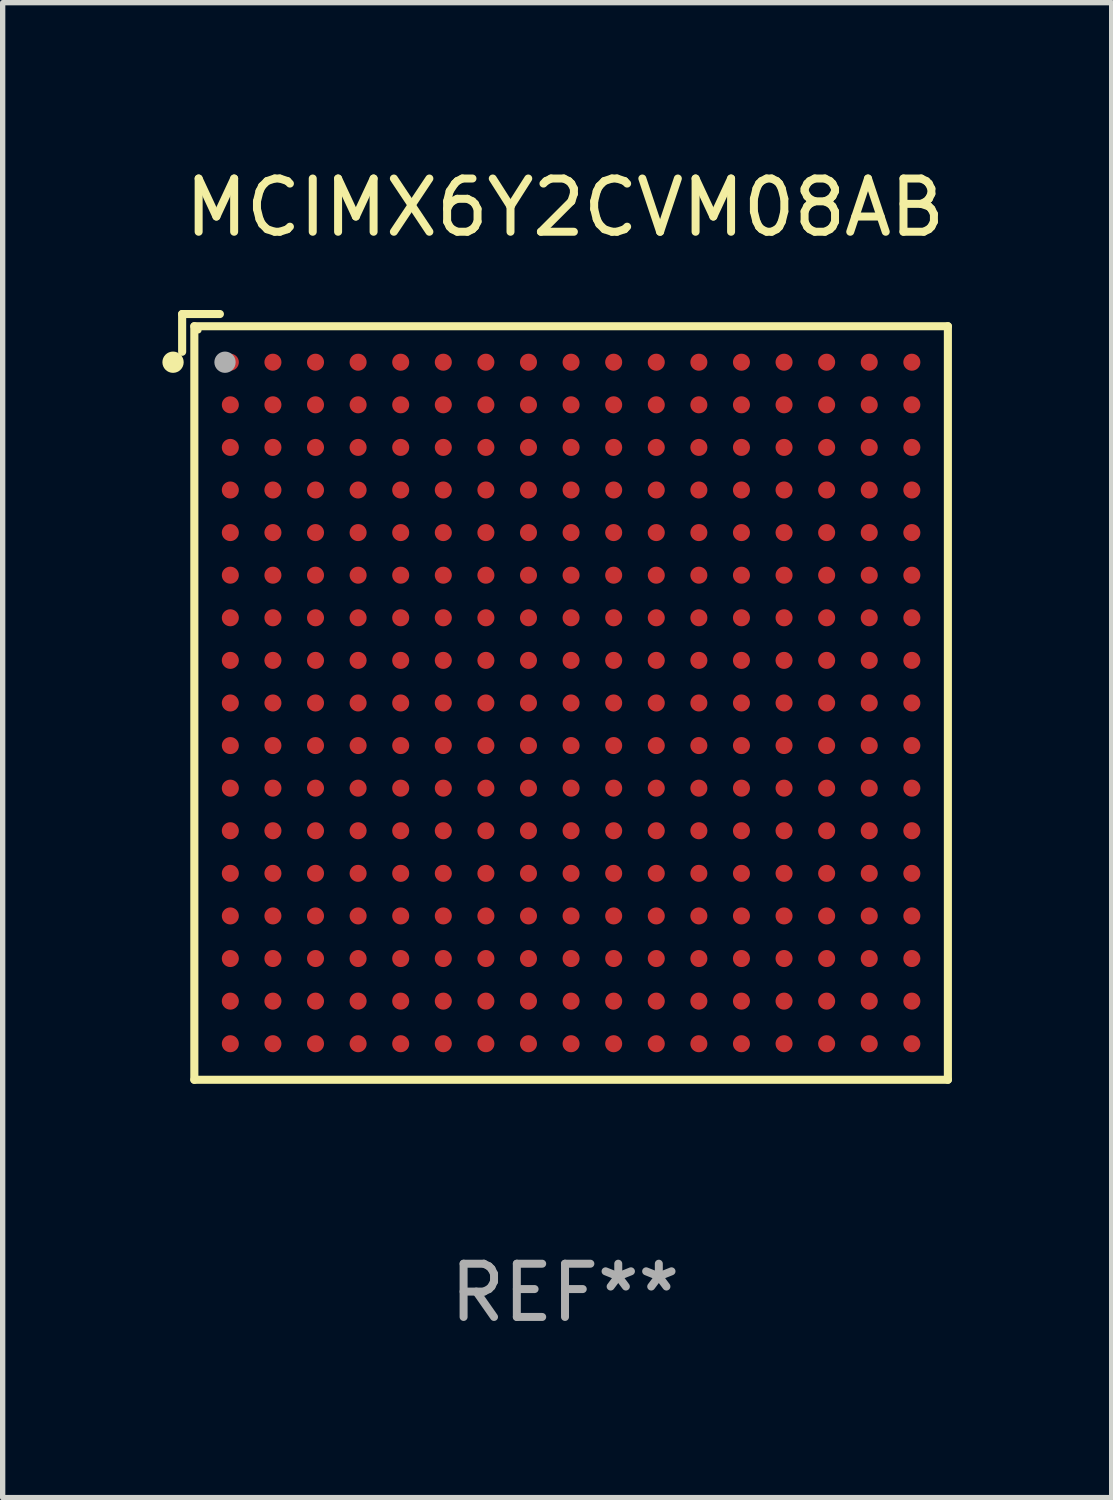
<source format=kicad_pcb>
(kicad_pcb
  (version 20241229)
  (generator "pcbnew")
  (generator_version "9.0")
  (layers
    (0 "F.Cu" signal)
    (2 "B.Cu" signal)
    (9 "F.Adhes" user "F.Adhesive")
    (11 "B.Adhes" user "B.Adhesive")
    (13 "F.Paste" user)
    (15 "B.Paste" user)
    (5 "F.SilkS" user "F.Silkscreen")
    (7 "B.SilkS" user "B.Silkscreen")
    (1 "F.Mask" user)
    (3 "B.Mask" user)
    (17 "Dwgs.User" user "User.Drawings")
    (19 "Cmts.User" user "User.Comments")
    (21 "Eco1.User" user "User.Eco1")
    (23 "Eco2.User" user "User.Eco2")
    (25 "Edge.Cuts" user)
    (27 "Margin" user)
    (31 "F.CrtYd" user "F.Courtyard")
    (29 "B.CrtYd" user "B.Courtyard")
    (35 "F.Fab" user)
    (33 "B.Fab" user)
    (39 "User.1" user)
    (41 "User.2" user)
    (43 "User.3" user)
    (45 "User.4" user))
  (footprint "MCIMX6Y2CVM08AB"
    (layer "F.Cu")
    (at 7.562 10.039)
    (property "Reference" "MCIMX6Y2CVM08AB" (at 0 -9.191 0) (layer "F.SilkS") (effects (font (size 1 1) (thickness 0.15))))
    (attr through_hole)
    (fp_line (start -7.191 -7.191) (end -7.191 -6.482) (stroke (width 0.152) (type solid)) (layer "F.SilkS"))
    (fp_line (start -6.962 -6.962) (end 7.191 -6.962) (stroke (width 0.152) (type solid)) (layer "F.SilkS"))
    (fp_line (start -6.962 7.191) (end -6.962 -6.962) (stroke (width 0.152) (type solid)) (layer "F.SilkS"))
    (fp_line (start -6.482 -7.191) (end -7.191 -7.191) (stroke (width 0.152) (type solid)) (layer "F.SilkS"))
    (fp_line (start 7.191 -6.962) (end 7.191 7.191) (stroke (width 0.152) (type solid)) (layer "F.SilkS"))
    (fp_line (start 7.191 7.191) (end -6.962 7.191) (stroke (width 0.152) (type solid)) (layer "F.SilkS"))
    (fp_circle (center -7.362 -6.286) (end -7.262 -6.286) (stroke (width 0.2) (type solid)) (fill no) (layer "F.SilkS"))
    (fp_circle (center -6.886 -6.886) (end -6.856 -6.886) (stroke (width 0.06) (type solid)) (fill no) (layer "F.SilkS"))
    (fp_circle (center -6.386 -6.286) (end -6.286 -6.286) (stroke (width 0.2) (type solid)) (fill no) (layer "F.Fab"))
    (fp_text user "REF**" (at 0 11.191 0) (layer "F.Fab") (effects (font (size 1 1) (thickness 0.15))))
    (pad "A1" smd circle (at -6.286 -6.286) (size 0.32 0.32) (layers "F.Cu" "F.Mask" "F.Paste"))
    (pad "A2" smd circle (at -5.486 -6.286) (size 0.32 0.32) (layers "F.Cu" "F.Mask" "F.Paste"))
    (pad "A3" smd circle (at -4.686 -6.286) (size 0.32 0.32) (layers "F.Cu" "F.Mask" "F.Paste"))
    (pad "A4" smd circle (at -3.886 -6.286) (size 0.32 0.32) (layers "F.Cu" "F.Mask" "F.Paste"))
    (pad "A5" smd circle (at -3.086 -6.286) (size 0.32 0.32) (layers "F.Cu" "F.Mask" "F.Paste"))
    (pad "A6" smd circle (at -2.286 -6.286) (size 0.32 0.32) (layers "F.Cu" "F.Mask" "F.Paste"))
    (pad "A7" smd circle (at -1.486 -6.286) (size 0.32 0.32) (layers "F.Cu" "F.Mask" "F.Paste"))
    (pad "A8" smd circle (at -0.686 -6.286) (size 0.32 0.32) (layers "F.Cu" "F.Mask" "F.Paste"))
    (pad "A9" smd circle (at 0.114 -6.286) (size 0.32 0.32) (layers "F.Cu" "F.Mask" "F.Paste"))
    (pad "A10" smd circle (at 0.914 -6.286) (size 0.32 0.32) (layers "F.Cu" "F.Mask" "F.Paste"))
    (pad "A11" smd circle (at 1.714 -6.286) (size 0.32 0.32) (layers "F.Cu" "F.Mask" "F.Paste"))
    (pad "A12" smd circle (at 2.514 -6.286) (size 0.32 0.32) (layers "F.Cu" "F.Mask" "F.Paste"))
    (pad "A13" smd circle (at 3.314 -6.286) (size 0.32 0.32) (layers "F.Cu" "F.Mask" "F.Paste"))
    (pad "A14" smd circle (at 4.114 -6.286) (size 0.32 0.32) (layers "F.Cu" "F.Mask" "F.Paste"))
    (pad "A15" smd circle (at 4.914 -6.286) (size 0.32 0.32) (layers "F.Cu" "F.Mask" "F.Paste"))
    (pad "A16" smd circle (at 5.714 -6.286) (size 0.32 0.32) (layers "F.Cu" "F.Mask" "F.Paste"))
    (pad "A17" smd circle (at 6.514 -6.286) (size 0.32 0.32) (layers "F.Cu" "F.Mask" "F.Paste"))
    (pad "B1" smd circle (at -6.286 -5.486) (size 0.32 0.32) (layers "F.Cu" "F.Mask" "F.Paste"))
    (pad "B2" smd circle (at -5.486 -5.486) (size 0.32 0.32) (layers "F.Cu" "F.Mask" "F.Paste"))
    (pad "B3" smd circle (at -4.686 -5.486) (size 0.32 0.32) (layers "F.Cu" "F.Mask" "F.Paste"))
    (pad "B4" smd circle (at -3.886 -5.486) (size 0.32 0.32) (layers "F.Cu" "F.Mask" "F.Paste"))
    (pad "B5" smd circle (at -3.086 -5.486) (size 0.32 0.32) (layers "F.Cu" "F.Mask" "F.Paste"))
    (pad "B6" smd circle (at -2.286 -5.486) (size 0.32 0.32) (layers "F.Cu" "F.Mask" "F.Paste"))
    (pad "B7" smd circle (at -1.486 -5.486) (size 0.32 0.32) (layers "F.Cu" "F.Mask" "F.Paste"))
    (pad "B8" smd circle (at -0.686 -5.486) (size 0.32 0.32) (layers "F.Cu" "F.Mask" "F.Paste"))
    (pad "B9" smd circle (at 0.114 -5.486) (size 0.32 0.32) (layers "F.Cu" "F.Mask" "F.Paste"))
    (pad "B10" smd circle (at 0.914 -5.486) (size 0.32 0.32) (layers "F.Cu" "F.Mask" "F.Paste"))
    (pad "B11" smd circle (at 1.714 -5.486) (size 0.32 0.32) (layers "F.Cu" "F.Mask" "F.Paste"))
    (pad "B12" smd circle (at 2.514 -5.486) (size 0.32 0.32) (layers "F.Cu" "F.Mask" "F.Paste"))
    (pad "B13" smd circle (at 3.314 -5.486) (size 0.32 0.32) (layers "F.Cu" "F.Mask" "F.Paste"))
    (pad "B14" smd circle (at 4.114 -5.486) (size 0.32 0.32) (layers "F.Cu" "F.Mask" "F.Paste"))
    (pad "B15" smd circle (at 4.914 -5.486) (size 0.32 0.32) (layers "F.Cu" "F.Mask" "F.Paste"))
    (pad "B16" smd circle (at 5.714 -5.486) (size 0.32 0.32) (layers "F.Cu" "F.Mask" "F.Paste"))
    (pad "B17" smd circle (at 6.514 -5.486) (size 0.32 0.32) (layers "F.Cu" "F.Mask" "F.Paste"))
    (pad "C1" smd circle (at -6.286 -4.686) (size 0.32 0.32) (layers "F.Cu" "F.Mask" "F.Paste"))
    (pad "C2" smd circle (at -5.486 -4.686) (size 0.32 0.32) (layers "F.Cu" "F.Mask" "F.Paste"))
    (pad "C3" smd circle (at -4.686 -4.686) (size 0.32 0.32) (layers "F.Cu" "F.Mask" "F.Paste"))
    (pad "C4" smd circle (at -3.886 -4.686) (size 0.32 0.32) (layers "F.Cu" "F.Mask" "F.Paste"))
    (pad "C5" smd circle (at -3.086 -4.686) (size 0.32 0.32) (layers "F.Cu" "F.Mask" "F.Paste"))
    (pad "C6" smd circle (at -2.286 -4.686) (size 0.32 0.32) (layers "F.Cu" "F.Mask" "F.Paste"))
    (pad "C7" smd circle (at -1.486 -4.686) (size 0.32 0.32) (layers "F.Cu" "F.Mask" "F.Paste"))
    (pad "C8" smd circle (at -0.686 -4.686) (size 0.32 0.32) (layers "F.Cu" "F.Mask" "F.Paste"))
    (pad "C9" smd circle (at 0.114 -4.686) (size 0.32 0.32) (layers "F.Cu" "F.Mask" "F.Paste"))
    (pad "C10" smd circle (at 0.914 -4.686) (size 0.32 0.32) (layers "F.Cu" "F.Mask" "F.Paste"))
    (pad "C11" smd circle (at 1.714 -4.686) (size 0.32 0.32) (layers "F.Cu" "F.Mask" "F.Paste"))
    (pad "C12" smd circle (at 2.514 -4.686) (size 0.32 0.32) (layers "F.Cu" "F.Mask" "F.Paste"))
    (pad "C13" smd circle (at 3.314 -4.686) (size 0.32 0.32) (layers "F.Cu" "F.Mask" "F.Paste"))
    (pad "C14" smd circle (at 4.114 -4.686) (size 0.32 0.32) (layers "F.Cu" "F.Mask" "F.Paste"))
    (pad "C15" smd circle (at 4.914 -4.686) (size 0.32 0.32) (layers "F.Cu" "F.Mask" "F.Paste"))
    (pad "C16" smd circle (at 5.714 -4.686) (size 0.32 0.32) (layers "F.Cu" "F.Mask" "F.Paste"))
    (pad "C17" smd circle (at 6.514 -4.686) (size 0.32 0.32) (layers "F.Cu" "F.Mask" "F.Paste"))
    (pad "D1" smd circle (at -6.286 -3.886) (size 0.32 0.32) (layers "F.Cu" "F.Mask" "F.Paste"))
    (pad "D2" smd circle (at -5.486 -3.886) (size 0.32 0.32) (layers "F.Cu" "F.Mask" "F.Paste"))
    (pad "D3" smd circle (at -4.686 -3.886) (size 0.32 0.32) (layers "F.Cu" "F.Mask" "F.Paste"))
    (pad "D4" smd circle (at -3.886 -3.886) (size 0.32 0.32) (layers "F.Cu" "F.Mask" "F.Paste"))
    (pad "D5" smd circle (at -3.086 -3.886) (size 0.32 0.32) (layers "F.Cu" "F.Mask" "F.Paste"))
    (pad "D6" smd circle (at -2.286 -3.886) (size 0.32 0.32) (layers "F.Cu" "F.Mask" "F.Paste"))
    (pad "D7" smd circle (at -1.486 -3.886) (size 0.32 0.32) (layers "F.Cu" "F.Mask" "F.Paste"))
    (pad "D8" smd circle (at -0.686 -3.886) (size 0.32 0.32) (layers "F.Cu" "F.Mask" "F.Paste"))
    (pad "D9" smd circle (at 0.114 -3.886) (size 0.32 0.32) (layers "F.Cu" "F.Mask" "F.Paste"))
    (pad "D10" smd circle (at 0.914 -3.886) (size 0.32 0.32) (layers "F.Cu" "F.Mask" "F.Paste"))
    (pad "D11" smd circle (at 1.714 -3.886) (size 0.32 0.32) (layers "F.Cu" "F.Mask" "F.Paste"))
    (pad "D12" smd circle (at 2.514 -3.886) (size 0.32 0.32) (layers "F.Cu" "F.Mask" "F.Paste"))
    (pad "D13" smd circle (at 3.314 -3.886) (size 0.32 0.32) (layers "F.Cu" "F.Mask" "F.Paste"))
    (pad "D14" smd circle (at 4.114 -3.886) (size 0.32 0.32) (layers "F.Cu" "F.Mask" "F.Paste"))
    (pad "D15" smd circle (at 4.914 -3.886) (size 0.32 0.32) (layers "F.Cu" "F.Mask" "F.Paste"))
    (pad "D16" smd circle (at 5.714 -3.886) (size 0.32 0.32) (layers "F.Cu" "F.Mask" "F.Paste"))
    (pad "D17" smd circle (at 6.514 -3.886) (size 0.32 0.32) (layers "F.Cu" "F.Mask" "F.Paste"))
    (pad "E1" smd circle (at -6.286 -3.086) (size 0.32 0.32) (layers "F.Cu" "F.Mask" "F.Paste"))
    (pad "E2" smd circle (at -5.486 -3.086) (size 0.32 0.32) (layers "F.Cu" "F.Mask" "F.Paste"))
    (pad "E3" smd circle (at -4.686 -3.086) (size 0.32 0.32) (layers "F.Cu" "F.Mask" "F.Paste"))
    (pad "E4" smd circle (at -3.886 -3.086) (size 0.32 0.32) (layers "F.Cu" "F.Mask" "F.Paste"))
    (pad "E5" smd circle (at -3.086 -3.086) (size 0.32 0.32) (layers "F.Cu" "F.Mask" "F.Paste"))
    (pad "E6" smd circle (at -2.286 -3.086) (size 0.32 0.32) (layers "F.Cu" "F.Mask" "F.Paste"))
    (pad "E7" smd circle (at -1.486 -3.086) (size 0.32 0.32) (layers "F.Cu" "F.Mask" "F.Paste"))
    (pad "E8" smd circle (at -0.686 -3.086) (size 0.32 0.32) (layers "F.Cu" "F.Mask" "F.Paste"))
    (pad "E9" smd circle (at 0.114 -3.086) (size 0.32 0.32) (layers "F.Cu" "F.Mask" "F.Paste"))
    (pad "E10" smd circle (at 0.914 -3.086) (size 0.32 0.32) (layers "F.Cu" "F.Mask" "F.Paste"))
    (pad "E11" smd circle (at 1.714 -3.086) (size 0.32 0.32) (layers "F.Cu" "F.Mask" "F.Paste"))
    (pad "E12" smd circle (at 2.514 -3.086) (size 0.32 0.32) (layers "F.Cu" "F.Mask" "F.Paste"))
    (pad "E13" smd circle (at 3.314 -3.086) (size 0.32 0.32) (layers "F.Cu" "F.Mask" "F.Paste"))
    (pad "E14" smd circle (at 4.114 -3.086) (size 0.32 0.32) (layers "F.Cu" "F.Mask" "F.Paste"))
    (pad "E15" smd circle (at 4.914 -3.086) (size 0.32 0.32) (layers "F.Cu" "F.Mask" "F.Paste"))
    (pad "E16" smd circle (at 5.714 -3.086) (size 0.32 0.32) (layers "F.Cu" "F.Mask" "F.Paste"))
    (pad "E17" smd circle (at 6.514 -3.086) (size 0.32 0.32) (layers "F.Cu" "F.Mask" "F.Paste"))
    (pad "F1" smd circle (at -6.286 -2.286) (size 0.32 0.32) (layers "F.Cu" "F.Mask" "F.Paste"))
    (pad "F2" smd circle (at -5.486 -2.286) (size 0.32 0.32) (layers "F.Cu" "F.Mask" "F.Paste"))
    (pad "F3" smd circle (at -4.686 -2.286) (size 0.32 0.32) (layers "F.Cu" "F.Mask" "F.Paste"))
    (pad "F4" smd circle (at -3.886 -2.286) (size 0.32 0.32) (layers "F.Cu" "F.Mask" "F.Paste"))
    (pad "F5" smd circle (at -3.086 -2.286) (size 0.32 0.32) (layers "F.Cu" "F.Mask" "F.Paste"))
    (pad "F6" smd circle (at -2.286 -2.286) (size 0.32 0.32) (layers "F.Cu" "F.Mask" "F.Paste"))
    (pad "F7" smd circle (at -1.486 -2.286) (size 0.32 0.32) (layers "F.Cu" "F.Mask" "F.Paste"))
    (pad "F8" smd circle (at -0.686 -2.286) (size 0.32 0.32) (layers "F.Cu" "F.Mask" "F.Paste"))
    (pad "F9" smd circle (at 0.114 -2.286) (size 0.32 0.32) (layers "F.Cu" "F.Mask" "F.Paste"))
    (pad "F10" smd circle (at 0.914 -2.286) (size 0.32 0.32) (layers "F.Cu" "F.Mask" "F.Paste"))
    (pad "F11" smd circle (at 1.714 -2.286) (size 0.32 0.32) (layers "F.Cu" "F.Mask" "F.Paste"))
    (pad "F12" smd circle (at 2.514 -2.286) (size 0.32 0.32) (layers "F.Cu" "F.Mask" "F.Paste"))
    (pad "F13" smd circle (at 3.314 -2.286) (size 0.32 0.32) (layers "F.Cu" "F.Mask" "F.Paste"))
    (pad "F14" smd circle (at 4.114 -2.286) (size 0.32 0.32) (layers "F.Cu" "F.Mask" "F.Paste"))
    (pad "F15" smd circle (at 4.914 -2.286) (size 0.32 0.32) (layers "F.Cu" "F.Mask" "F.Paste"))
    (pad "F16" smd circle (at 5.714 -2.286) (size 0.32 0.32) (layers "F.Cu" "F.Mask" "F.Paste"))
    (pad "F17" smd circle (at 6.514 -2.286) (size 0.32 0.32) (layers "F.Cu" "F.Mask" "F.Paste"))
    (pad "G1" smd circle (at -6.286 -1.486) (size 0.32 0.32) (layers "F.Cu" "F.Mask" "F.Paste"))
    (pad "G2" smd circle (at -5.486 -1.486) (size 0.32 0.32) (layers "F.Cu" "F.Mask" "F.Paste"))
    (pad "G3" smd circle (at -4.686 -1.486) (size 0.32 0.32) (layers "F.Cu" "F.Mask" "F.Paste"))
    (pad "G4" smd circle (at -3.886 -1.486) (size 0.32 0.32) (layers "F.Cu" "F.Mask" "F.Paste"))
    (pad "G5" smd circle (at -3.086 -1.486) (size 0.32 0.32) (layers "F.Cu" "F.Mask" "F.Paste"))
    (pad "G6" smd circle (at -2.286 -1.486) (size 0.32 0.32) (layers "F.Cu" "F.Mask" "F.Paste"))
    (pad "G7" smd circle (at -1.486 -1.486) (size 0.32 0.32) (layers "F.Cu" "F.Mask" "F.Paste"))
    (pad "G8" smd circle (at -0.686 -1.486) (size 0.32 0.32) (layers "F.Cu" "F.Mask" "F.Paste"))
    (pad "G9" smd circle (at 0.114 -1.486) (size 0.32 0.32) (layers "F.Cu" "F.Mask" "F.Paste"))
    (pad "G10" smd circle (at 0.914 -1.486) (size 0.32 0.32) (layers "F.Cu" "F.Mask" "F.Paste"))
    (pad "G11" smd circle (at 1.714 -1.486) (size 0.32 0.32) (layers "F.Cu" "F.Mask" "F.Paste"))
    (pad "G12" smd circle (at 2.514 -1.486) (size 0.32 0.32) (layers "F.Cu" "F.Mask" "F.Paste"))
    (pad "G13" smd circle (at 3.314 -1.486) (size 0.32 0.32) (layers "F.Cu" "F.Mask" "F.Paste"))
    (pad "G14" smd circle (at 4.114 -1.486) (size 0.32 0.32) (layers "F.Cu" "F.Mask" "F.Paste"))
    (pad "G15" smd circle (at 4.914 -1.486) (size 0.32 0.32) (layers "F.Cu" "F.Mask" "F.Paste"))
    (pad "G16" smd circle (at 5.714 -1.486) (size 0.32 0.32) (layers "F.Cu" "F.Mask" "F.Paste"))
    (pad "G17" smd circle (at 6.514 -1.486) (size 0.32 0.32) (layers "F.Cu" "F.Mask" "F.Paste"))
    (pad "H1" smd circle (at -6.286 -0.686) (size 0.32 0.32) (layers "F.Cu" "F.Mask" "F.Paste"))
    (pad "H2" smd circle (at -5.486 -0.686) (size 0.32 0.32) (layers "F.Cu" "F.Mask" "F.Paste"))
    (pad "H3" smd circle (at -4.686 -0.686) (size 0.32 0.32) (layers "F.Cu" "F.Mask" "F.Paste"))
    (pad "H4" smd circle (at -3.886 -0.686) (size 0.32 0.32) (layers "F.Cu" "F.Mask" "F.Paste"))
    (pad "H5" smd circle (at -3.086 -0.686) (size 0.32 0.32) (layers "F.Cu" "F.Mask" "F.Paste"))
    (pad "H6" smd circle (at -2.286 -0.686) (size 0.32 0.32) (layers "F.Cu" "F.Mask" "F.Paste"))
    (pad "H7" smd circle (at -1.486 -0.686) (size 0.32 0.32) (layers "F.Cu" "F.Mask" "F.Paste"))
    (pad "H8" smd circle (at -0.686 -0.686) (size 0.32 0.32) (layers "F.Cu" "F.Mask" "F.Paste"))
    (pad "H9" smd circle (at 0.114 -0.686) (size 0.32 0.32) (layers "F.Cu" "F.Mask" "F.Paste"))
    (pad "H10" smd circle (at 0.914 -0.686) (size 0.32 0.32) (layers "F.Cu" "F.Mask" "F.Paste"))
    (pad "H11" smd circle (at 1.714 -0.686) (size 0.32 0.32) (layers "F.Cu" "F.Mask" "F.Paste"))
    (pad "H12" smd circle (at 2.514 -0.686) (size 0.32 0.32) (layers "F.Cu" "F.Mask" "F.Paste"))
    (pad "H13" smd circle (at 3.314 -0.686) (size 0.32 0.32) (layers "F.Cu" "F.Mask" "F.Paste"))
    (pad "H14" smd circle (at 4.114 -0.686) (size 0.32 0.32) (layers "F.Cu" "F.Mask" "F.Paste"))
    (pad "H15" smd circle (at 4.914 -0.686) (size 0.32 0.32) (layers "F.Cu" "F.Mask" "F.Paste"))
    (pad "H16" smd circle (at 5.714 -0.686) (size 0.32 0.32) (layers "F.Cu" "F.Mask" "F.Paste"))
    (pad "H17" smd circle (at 6.514 -0.686) (size 0.32 0.32) (layers "F.Cu" "F.Mask" "F.Paste"))
    (pad "J1" smd circle (at -6.286 0.114) (size 0.32 0.32) (layers "F.Cu" "F.Mask" "F.Paste"))
    (pad "J2" smd circle (at -5.486 0.114) (size 0.32 0.32) (layers "F.Cu" "F.Mask" "F.Paste"))
    (pad "J3" smd circle (at -4.686 0.114) (size 0.32 0.32) (layers "F.Cu" "F.Mask" "F.Paste"))
    (pad "J4" smd circle (at -3.886 0.114) (size 0.32 0.32) (layers "F.Cu" "F.Mask" "F.Paste"))
    (pad "J5" smd circle (at -3.086 0.114) (size 0.32 0.32) (layers "F.Cu" "F.Mask" "F.Paste"))
    (pad "J6" smd circle (at -2.286 0.114) (size 0.32 0.32) (layers "F.Cu" "F.Mask" "F.Paste"))
    (pad "J7" smd circle (at -1.486 0.114) (size 0.32 0.32) (layers "F.Cu" "F.Mask" "F.Paste"))
    (pad "J8" smd circle (at -0.686 0.114) (size 0.32 0.32) (layers "F.Cu" "F.Mask" "F.Paste"))
    (pad "J9" smd circle (at 0.114 0.114) (size 0.32 0.32) (layers "F.Cu" "F.Mask" "F.Paste"))
    (pad "J10" smd circle (at 0.914 0.114) (size 0.32 0.32) (layers "F.Cu" "F.Mask" "F.Paste"))
    (pad "J11" smd circle (at 1.714 0.114) (size 0.32 0.32) (layers "F.Cu" "F.Mask" "F.Paste"))
    (pad "J12" smd circle (at 2.514 0.114) (size 0.32 0.32) (layers "F.Cu" "F.Mask" "F.Paste"))
    (pad "J13" smd circle (at 3.314 0.114) (size 0.32 0.32) (layers "F.Cu" "F.Mask" "F.Paste"))
    (pad "J14" smd circle (at 4.114 0.114) (size 0.32 0.32) (layers "F.Cu" "F.Mask" "F.Paste"))
    (pad "J15" smd circle (at 4.914 0.114) (size 0.32 0.32) (layers "F.Cu" "F.Mask" "F.Paste"))
    (pad "J16" smd circle (at 5.714 0.114) (size 0.32 0.32) (layers "F.Cu" "F.Mask" "F.Paste"))
    (pad "J17" smd circle (at 6.514 0.114) (size 0.32 0.32) (layers "F.Cu" "F.Mask" "F.Paste"))
    (pad "K1" smd circle (at -6.286 0.914) (size 0.32 0.32) (layers "F.Cu" "F.Mask" "F.Paste"))
    (pad "K2" smd circle (at -5.486 0.914) (size 0.32 0.32) (layers "F.Cu" "F.Mask" "F.Paste"))
    (pad "K3" smd circle (at -4.686 0.914) (size 0.32 0.32) (layers "F.Cu" "F.Mask" "F.Paste"))
    (pad "K4" smd circle (at -3.886 0.914) (size 0.32 0.32) (layers "F.Cu" "F.Mask" "F.Paste"))
    (pad "K5" smd circle (at -3.086 0.914) (size 0.32 0.32) (layers "F.Cu" "F.Mask" "F.Paste"))
    (pad "K6" smd circle (at -2.286 0.914) (size 0.32 0.32) (layers "F.Cu" "F.Mask" "F.Paste"))
    (pad "K7" smd circle (at -1.486 0.914) (size 0.32 0.32) (layers "F.Cu" "F.Mask" "F.Paste"))
    (pad "K8" smd circle (at -0.686 0.914) (size 0.32 0.32) (layers "F.Cu" "F.Mask" "F.Paste"))
    (pad "K9" smd circle (at 0.114 0.914) (size 0.32 0.32) (layers "F.Cu" "F.Mask" "F.Paste"))
    (pad "K10" smd circle (at 0.914 0.914) (size 0.32 0.32) (layers "F.Cu" "F.Mask" "F.Paste"))
    (pad "K11" smd circle (at 1.714 0.914) (size 0.32 0.32) (layers "F.Cu" "F.Mask" "F.Paste"))
    (pad "K12" smd circle (at 2.514 0.914) (size 0.32 0.32) (layers "F.Cu" "F.Mask" "F.Paste"))
    (pad "K13" smd circle (at 3.314 0.914) (size 0.32 0.32) (layers "F.Cu" "F.Mask" "F.Paste"))
    (pad "K14" smd circle (at 4.114 0.914) (size 0.32 0.32) (layers "F.Cu" "F.Mask" "F.Paste"))
    (pad "K15" smd circle (at 4.914 0.914) (size 0.32 0.32) (layers "F.Cu" "F.Mask" "F.Paste"))
    (pad "K16" smd circle (at 5.714 0.914) (size 0.32 0.32) (layers "F.Cu" "F.Mask" "F.Paste"))
    (pad "K17" smd circle (at 6.514 0.914) (size 0.32 0.32) (layers "F.Cu" "F.Mask" "F.Paste"))
    (pad "L1" smd circle (at -6.286 1.714) (size 0.32 0.32) (layers "F.Cu" "F.Mask" "F.Paste"))
    (pad "L2" smd circle (at -5.486 1.714) (size 0.32 0.32) (layers "F.Cu" "F.Mask" "F.Paste"))
    (pad "L3" smd circle (at -4.686 1.714) (size 0.32 0.32) (layers "F.Cu" "F.Mask" "F.Paste"))
    (pad "L4" smd circle (at -3.886 1.714) (size 0.32 0.32) (layers "F.Cu" "F.Mask" "F.Paste"))
    (pad "L5" smd circle (at -3.086 1.714) (size 0.32 0.32) (layers "F.Cu" "F.Mask" "F.Paste"))
    (pad "L6" smd circle (at -2.286 1.714) (size 0.32 0.32) (layers "F.Cu" "F.Mask" "F.Paste"))
    (pad "L7" smd circle (at -1.486 1.714) (size 0.32 0.32) (layers "F.Cu" "F.Mask" "F.Paste"))
    (pad "L8" smd circle (at -0.686 1.714) (size 0.32 0.32) (layers "F.Cu" "F.Mask" "F.Paste"))
    (pad "L9" smd circle (at 0.114 1.714) (size 0.32 0.32) (layers "F.Cu" "F.Mask" "F.Paste"))
    (pad "L10" smd circle (at 0.914 1.714) (size 0.32 0.32) (layers "F.Cu" "F.Mask" "F.Paste"))
    (pad "L11" smd circle (at 1.714 1.714) (size 0.32 0.32) (layers "F.Cu" "F.Mask" "F.Paste"))
    (pad "L12" smd circle (at 2.514 1.714) (size 0.32 0.32) (layers "F.Cu" "F.Mask" "F.Paste"))
    (pad "L13" smd circle (at 3.314 1.714) (size 0.32 0.32) (layers "F.Cu" "F.Mask" "F.Paste"))
    (pad "L14" smd circle (at 4.114 1.714) (size 0.32 0.32) (layers "F.Cu" "F.Mask" "F.Paste"))
    (pad "L15" smd circle (at 4.914 1.714) (size 0.32 0.32) (layers "F.Cu" "F.Mask" "F.Paste"))
    (pad "L16" smd circle (at 5.714 1.714) (size 0.32 0.32) (layers "F.Cu" "F.Mask" "F.Paste"))
    (pad "L17" smd circle (at 6.514 1.714) (size 0.32 0.32) (layers "F.Cu" "F.Mask" "F.Paste"))
    (pad "M1" smd circle (at -6.286 2.514) (size 0.32 0.32) (layers "F.Cu" "F.Mask" "F.Paste"))
    (pad "M2" smd circle (at -5.486 2.514) (size 0.32 0.32) (layers "F.Cu" "F.Mask" "F.Paste"))
    (pad "M3" smd circle (at -4.686 2.514) (size 0.32 0.32) (layers "F.Cu" "F.Mask" "F.Paste"))
    (pad "M4" smd circle (at -3.886 2.514) (size 0.32 0.32) (layers "F.Cu" "F.Mask" "F.Paste"))
    (pad "M5" smd circle (at -3.086 2.514) (size 0.32 0.32) (layers "F.Cu" "F.Mask" "F.Paste"))
    (pad "M6" smd circle (at -2.286 2.514) (size 0.32 0.32) (layers "F.Cu" "F.Mask" "F.Paste"))
    (pad "M7" smd circle (at -1.486 2.514) (size 0.32 0.32) (layers "F.Cu" "F.Mask" "F.Paste"))
    (pad "M8" smd circle (at -0.686 2.514) (size 0.32 0.32) (layers "F.Cu" "F.Mask" "F.Paste"))
    (pad "M9" smd circle (at 0.114 2.514) (size 0.32 0.32) (layers "F.Cu" "F.Mask" "F.Paste"))
    (pad "M10" smd circle (at 0.914 2.514) (size 0.32 0.32) (layers "F.Cu" "F.Mask" "F.Paste"))
    (pad "M11" smd circle (at 1.714 2.514) (size 0.32 0.32) (layers "F.Cu" "F.Mask" "F.Paste"))
    (pad "M12" smd circle (at 2.514 2.514) (size 0.32 0.32) (layers "F.Cu" "F.Mask" "F.Paste"))
    (pad "M13" smd circle (at 3.314 2.514) (size 0.32 0.32) (layers "F.Cu" "F.Mask" "F.Paste"))
    (pad "M14" smd circle (at 4.114 2.514) (size 0.32 0.32) (layers "F.Cu" "F.Mask" "F.Paste"))
    (pad "M15" smd circle (at 4.914 2.514) (size 0.32 0.32) (layers "F.Cu" "F.Mask" "F.Paste"))
    (pad "M16" smd circle (at 5.714 2.514) (size 0.32 0.32) (layers "F.Cu" "F.Mask" "F.Paste"))
    (pad "M17" smd circle (at 6.514 2.514) (size 0.32 0.32) (layers "F.Cu" "F.Mask" "F.Paste"))
    (pad "N1" smd circle (at -6.286 3.314) (size 0.32 0.32) (layers "F.Cu" "F.Mask" "F.Paste"))
    (pad "N2" smd circle (at -5.486 3.314) (size 0.32 0.32) (layers "F.Cu" "F.Mask" "F.Paste"))
    (pad "N3" smd circle (at -4.686 3.314) (size 0.32 0.32) (layers "F.Cu" "F.Mask" "F.Paste"))
    (pad "N4" smd circle (at -3.886 3.314) (size 0.32 0.32) (layers "F.Cu" "F.Mask" "F.Paste"))
    (pad "N5" smd circle (at -3.086 3.314) (size 0.32 0.32) (layers "F.Cu" "F.Mask" "F.Paste"))
    (pad "N6" smd circle (at -2.286 3.314) (size 0.32 0.32) (layers "F.Cu" "F.Mask" "F.Paste"))
    (pad "N7" smd circle (at -1.486 3.314) (size 0.32 0.32) (layers "F.Cu" "F.Mask" "F.Paste"))
    (pad "N8" smd circle (at -0.686 3.314) (size 0.32 0.32) (layers "F.Cu" "F.Mask" "F.Paste"))
    (pad "N9" smd circle (at 0.114 3.314) (size 0.32 0.32) (layers "F.Cu" "F.Mask" "F.Paste"))
    (pad "N10" smd circle (at 0.914 3.314) (size 0.32 0.32) (layers "F.Cu" "F.Mask" "F.Paste"))
    (pad "N11" smd circle (at 1.714 3.314) (size 0.32 0.32) (layers "F.Cu" "F.Mask" "F.Paste"))
    (pad "N12" smd circle (at 2.514 3.314) (size 0.32 0.32) (layers "F.Cu" "F.Mask" "F.Paste"))
    (pad "N13" smd circle (at 3.314 3.314) (size 0.32 0.32) (layers "F.Cu" "F.Mask" "F.Paste"))
    (pad "N14" smd circle (at 4.114 3.314) (size 0.32 0.32) (layers "F.Cu" "F.Mask" "F.Paste"))
    (pad "N15" smd circle (at 4.914 3.314) (size 0.32 0.32) (layers "F.Cu" "F.Mask" "F.Paste"))
    (pad "N16" smd circle (at 5.714 3.314) (size 0.32 0.32) (layers "F.Cu" "F.Mask" "F.Paste"))
    (pad "N17" smd circle (at 6.514 3.314) (size 0.32 0.32) (layers "F.Cu" "F.Mask" "F.Paste"))
    (pad "P1" smd circle (at -6.286 4.114) (size 0.32 0.32) (layers "F.Cu" "F.Mask" "F.Paste"))
    (pad "P2" smd circle (at -5.486 4.114) (size 0.32 0.32) (layers "F.Cu" "F.Mask" "F.Paste"))
    (pad "P3" smd circle (at -4.686 4.114) (size 0.32 0.32) (layers "F.Cu" "F.Mask" "F.Paste"))
    (pad "P4" smd circle (at -3.886 4.114) (size 0.32 0.32) (layers "F.Cu" "F.Mask" "F.Paste"))
    (pad "P5" smd circle (at -3.086 4.114) (size 0.32 0.32) (layers "F.Cu" "F.Mask" "F.Paste"))
    (pad "P6" smd circle (at -2.286 4.114) (size 0.32 0.32) (layers "F.Cu" "F.Mask" "F.Paste"))
    (pad "P7" smd circle (at -1.486 4.114) (size 0.32 0.32) (layers "F.Cu" "F.Mask" "F.Paste"))
    (pad "P8" smd circle (at -0.686 4.114) (size 0.32 0.32) (layers "F.Cu" "F.Mask" "F.Paste"))
    (pad "P9" smd circle (at 0.114 4.114) (size 0.32 0.32) (layers "F.Cu" "F.Mask" "F.Paste"))
    (pad "P10" smd circle (at 0.914 4.114) (size 0.32 0.32) (layers "F.Cu" "F.Mask" "F.Paste"))
    (pad "P11" smd circle (at 1.714 4.114) (size 0.32 0.32) (layers "F.Cu" "F.Mask" "F.Paste"))
    (pad "P12" smd circle (at 2.514 4.114) (size 0.32 0.32) (layers "F.Cu" "F.Mask" "F.Paste"))
    (pad "P13" smd circle (at 3.314 4.114) (size 0.32 0.32) (layers "F.Cu" "F.Mask" "F.Paste"))
    (pad "P14" smd circle (at 4.114 4.114) (size 0.32 0.32) (layers "F.Cu" "F.Mask" "F.Paste"))
    (pad "P15" smd circle (at 4.914 4.114) (size 0.32 0.32) (layers "F.Cu" "F.Mask" "F.Paste"))
    (pad "P16" smd circle (at 5.714 4.114) (size 0.32 0.32) (layers "F.Cu" "F.Mask" "F.Paste"))
    (pad "P17" smd circle (at 6.514 4.114) (size 0.32 0.32) (layers "F.Cu" "F.Mask" "F.Paste"))
    (pad "R1" smd circle (at -6.286 4.914) (size 0.32 0.32) (layers "F.Cu" "F.Mask" "F.Paste"))
    (pad "R2" smd circle (at -5.486 4.914) (size 0.32 0.32) (layers "F.Cu" "F.Mask" "F.Paste"))
    (pad "R3" smd circle (at -4.686 4.914) (size 0.32 0.32) (layers "F.Cu" "F.Mask" "F.Paste"))
    (pad "R4" smd circle (at -3.886 4.914) (size 0.32 0.32) (layers "F.Cu" "F.Mask" "F.Paste"))
    (pad "R5" smd circle (at -3.086 4.914) (size 0.32 0.32) (layers "F.Cu" "F.Mask" "F.Paste"))
    (pad "R6" smd circle (at -2.286 4.914) (size 0.32 0.32) (layers "F.Cu" "F.Mask" "F.Paste"))
    (pad "R7" smd circle (at -1.486 4.914) (size 0.32 0.32) (layers "F.Cu" "F.Mask" "F.Paste"))
    (pad "R8" smd circle (at -0.686 4.914) (size 0.32 0.32) (layers "F.Cu" "F.Mask" "F.Paste"))
    (pad "R9" smd circle (at 0.114 4.914) (size 0.32 0.32) (layers "F.Cu" "F.Mask" "F.Paste"))
    (pad "R10" smd circle (at 0.914 4.914) (size 0.32 0.32) (layers "F.Cu" "F.Mask" "F.Paste"))
    (pad "R11" smd circle (at 1.714 4.914) (size 0.32 0.32) (layers "F.Cu" "F.Mask" "F.Paste"))
    (pad "R12" smd circle (at 2.514 4.914) (size 0.32 0.32) (layers "F.Cu" "F.Mask" "F.Paste"))
    (pad "R13" smd circle (at 3.314 4.914) (size 0.32 0.32) (layers "F.Cu" "F.Mask" "F.Paste"))
    (pad "R14" smd circle (at 4.114 4.914) (size 0.32 0.32) (layers "F.Cu" "F.Mask" "F.Paste"))
    (pad "R15" smd circle (at 4.914 4.914) (size 0.32 0.32) (layers "F.Cu" "F.Mask" "F.Paste"))
    (pad "R16" smd circle (at 5.714 4.914) (size 0.32 0.32) (layers "F.Cu" "F.Mask" "F.Paste"))
    (pad "R17" smd circle (at 6.514 4.914) (size 0.32 0.32) (layers "F.Cu" "F.Mask" "F.Paste"))
    (pad "T1" smd circle (at -6.286 5.714) (size 0.32 0.32) (layers "F.Cu" "F.Mask" "F.Paste"))
    (pad "T2" smd circle (at -5.486 5.714) (size 0.32 0.32) (layers "F.Cu" "F.Mask" "F.Paste"))
    (pad "T3" smd circle (at -4.686 5.714) (size 0.32 0.32) (layers "F.Cu" "F.Mask" "F.Paste"))
    (pad "T4" smd circle (at -3.886 5.714) (size 0.32 0.32) (layers "F.Cu" "F.Mask" "F.Paste"))
    (pad "T5" smd circle (at -3.086 5.714) (size 0.32 0.32) (layers "F.Cu" "F.Mask" "F.Paste"))
    (pad "T6" smd circle (at -2.286 5.714) (size 0.32 0.32) (layers "F.Cu" "F.Mask" "F.Paste"))
    (pad "T7" smd circle (at -1.486 5.714) (size 0.32 0.32) (layers "F.Cu" "F.Mask" "F.Paste"))
    (pad "T8" smd circle (at -0.686 5.714) (size 0.32 0.32) (layers "F.Cu" "F.Mask" "F.Paste"))
    (pad "T9" smd circle (at 0.114 5.714) (size 0.32 0.32) (layers "F.Cu" "F.Mask" "F.Paste"))
    (pad "T10" smd circle (at 0.914 5.714) (size 0.32 0.32) (layers "F.Cu" "F.Mask" "F.Paste"))
    (pad "T11" smd circle (at 1.714 5.714) (size 0.32 0.32) (layers "F.Cu" "F.Mask" "F.Paste"))
    (pad "T12" smd circle (at 2.514 5.714) (size 0.32 0.32) (layers "F.Cu" "F.Mask" "F.Paste"))
    (pad "T13" smd circle (at 3.314 5.714) (size 0.32 0.32) (layers "F.Cu" "F.Mask" "F.Paste"))
    (pad "T14" smd circle (at 4.114 5.714) (size 0.32 0.32) (layers "F.Cu" "F.Mask" "F.Paste"))
    (pad "T15" smd circle (at 4.914 5.714) (size 0.32 0.32) (layers "F.Cu" "F.Mask" "F.Paste"))
    (pad "T16" smd circle (at 5.714 5.714) (size 0.32 0.32) (layers "F.Cu" "F.Mask" "F.Paste"))
    (pad "T17" smd circle (at 6.514 5.714) (size 0.32 0.32) (layers "F.Cu" "F.Mask" "F.Paste"))
    (pad "U1" smd circle (at -6.286 6.514) (size 0.32 0.32) (layers "F.Cu" "F.Mask" "F.Paste"))
    (pad "U2" smd circle (at -5.486 6.514) (size 0.32 0.32) (layers "F.Cu" "F.Mask" "F.Paste"))
    (pad "U3" smd circle (at -4.686 6.514) (size 0.32 0.32) (layers "F.Cu" "F.Mask" "F.Paste"))
    (pad "U4" smd circle (at -3.886 6.514) (size 0.32 0.32) (layers "F.Cu" "F.Mask" "F.Paste"))
    (pad "U5" smd circle (at -3.086 6.514) (size 0.32 0.32) (layers "F.Cu" "F.Mask" "F.Paste"))
    (pad "U6" smd circle (at -2.286 6.514) (size 0.32 0.32) (layers "F.Cu" "F.Mask" "F.Paste"))
    (pad "U7" smd circle (at -1.486 6.514) (size 0.32 0.32) (layers "F.Cu" "F.Mask" "F.Paste"))
    (pad "U8" smd circle (at -0.686 6.514) (size 0.32 0.32) (layers "F.Cu" "F.Mask" "F.Paste"))
    (pad "U9" smd circle (at 0.114 6.514) (size 0.32 0.32) (layers "F.Cu" "F.Mask" "F.Paste"))
    (pad "U10" smd circle (at 0.914 6.514) (size 0.32 0.32) (layers "F.Cu" "F.Mask" "F.Paste"))
    (pad "U11" smd circle (at 1.714 6.514) (size 0.32 0.32) (layers "F.Cu" "F.Mask" "F.Paste"))
    (pad "U12" smd circle (at 2.514 6.514) (size 0.32 0.32) (layers "F.Cu" "F.Mask" "F.Paste"))
    (pad "U13" smd circle (at 3.314 6.514) (size 0.32 0.32) (layers "F.Cu" "F.Mask" "F.Paste"))
    (pad "U14" smd circle (at 4.114 6.514) (size 0.32 0.32) (layers "F.Cu" "F.Mask" "F.Paste"))
    (pad "U15" smd circle (at 4.914 6.514) (size 0.32 0.32) (layers "F.Cu" "F.Mask" "F.Paste"))
    (pad "U16" smd circle (at 5.714 6.514) (size 0.32 0.32) (layers "F.Cu" "F.Mask" "F.Paste"))
    (pad "U17" smd circle (at 6.514 6.514) (size 0.32 0.32) (layers "F.Cu" "F.Mask" "F.Paste")))
  (gr_rect
    (start -3 -3)
    (end 17.829 25.078)
    (stroke (width 0.1) (type default))
    (fill no)
    (layer "Edge.Cuts")))
</source>
